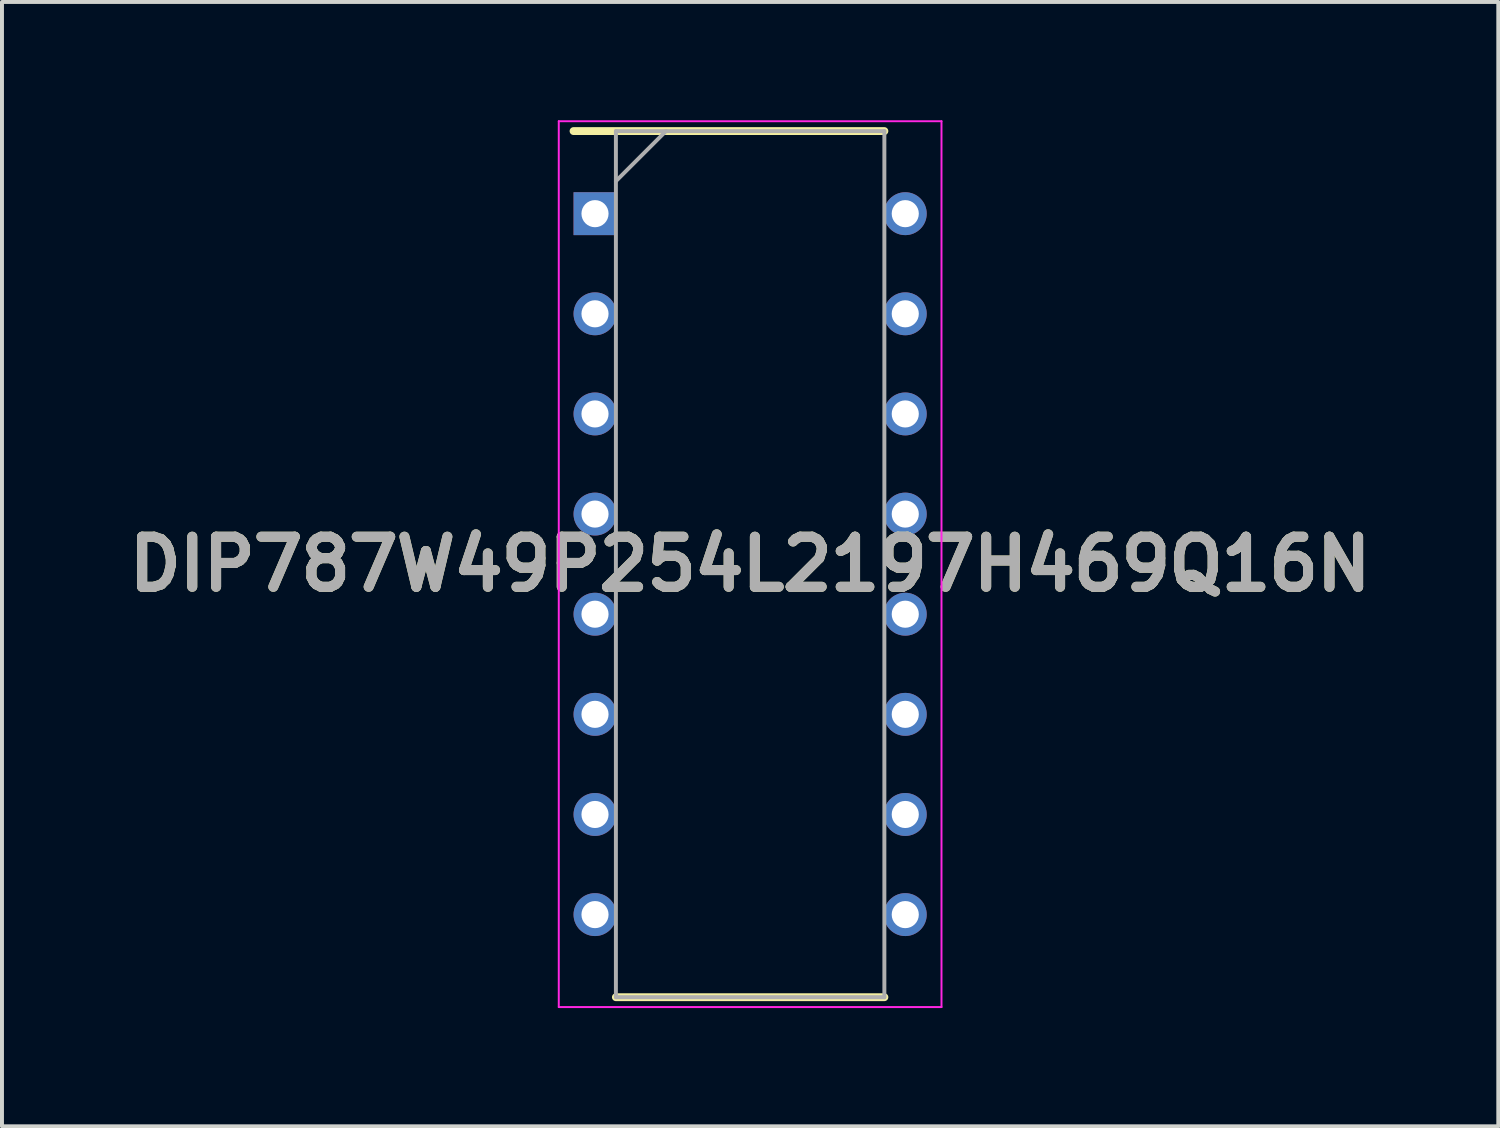
<source format=kicad_pcb>
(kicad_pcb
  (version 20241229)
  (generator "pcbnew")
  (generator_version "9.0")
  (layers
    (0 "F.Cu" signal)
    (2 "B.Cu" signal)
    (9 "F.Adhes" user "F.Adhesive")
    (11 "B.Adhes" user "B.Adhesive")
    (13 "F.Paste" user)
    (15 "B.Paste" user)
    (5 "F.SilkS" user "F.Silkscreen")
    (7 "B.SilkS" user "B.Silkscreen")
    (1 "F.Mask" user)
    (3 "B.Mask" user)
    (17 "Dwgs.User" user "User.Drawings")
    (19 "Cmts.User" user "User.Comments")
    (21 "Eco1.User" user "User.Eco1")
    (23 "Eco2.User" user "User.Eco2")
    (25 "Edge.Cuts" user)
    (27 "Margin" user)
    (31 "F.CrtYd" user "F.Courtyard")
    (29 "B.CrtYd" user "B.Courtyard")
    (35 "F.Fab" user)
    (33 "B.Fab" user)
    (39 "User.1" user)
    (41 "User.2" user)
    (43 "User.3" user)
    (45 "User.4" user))
  (footprint "DIP787W49P254L2197H469Q16N"
    (layer "F.Cu")
    (at 15.978 11.26)
    (property "Reference" "DIP787W49P254L2197H469Q16N" (at 0 0 0) (layer "F.SilkS") (effects (font (size 1.27 1.27) (thickness 0.254))))
    (attr through_hole)
    (fp_line (start -4.479 -10.985) (end 3.405 -10.985) (stroke (width 0.2) (type solid)) (layer "F.SilkS"))
    (fp_line (start -3.405 10.985) (end 3.405 10.985) (stroke (width 0.2) (type solid)) (layer "F.SilkS"))
    (fp_line (start -4.854 -11.235) (end 4.854 -11.235) (stroke (width 0.05) (type solid)) (layer "F.CrtYd"))
    (fp_line (start -4.854 11.235) (end -4.854 -11.235) (stroke (width 0.05) (type solid)) (layer "F.CrtYd"))
    (fp_line (start 4.854 -11.235) (end 4.854 11.235) (stroke (width 0.05) (type solid)) (layer "F.CrtYd"))
    (fp_line (start 4.854 11.235) (end -4.854 11.235) (stroke (width 0.05) (type solid)) (layer "F.CrtYd"))
    (fp_line (start -3.405 -10.985) (end 3.405 -10.985) (stroke (width 0.1) (type solid)) (layer "F.Fab"))
    (fp_line (start -3.405 -9.715) (end -2.135 -10.985) (stroke (width 0.1) (type solid)) (layer "F.Fab"))
    (fp_line (start -3.405 10.985) (end -3.405 -10.985) (stroke (width 0.1) (type solid)) (layer "F.Fab"))
    (fp_line (start 3.405 -10.985) (end 3.405 10.985) (stroke (width 0.1) (type solid)) (layer "F.Fab"))
    (fp_line (start 3.405 10.985) (end -3.405 10.985) (stroke (width 0.1) (type solid)) (layer "F.Fab"))
    (fp_text user "${REFERENCE}" (at 0 0 0) (layer "F.Fab") (effects (font (size 1.27 1.27) (thickness 0.254))))
    (pad "1" thru_hole rect (at -3.935 -8.89) (size 1.088 1.088) (drill 0.688) (layers "*.Cu" "*.Mask"))
    (pad "2" thru_hole circle (at -3.935 -6.35) (size 1.088 1.088) (drill 0.688) (layers "*.Cu" "*.Mask"))
    (pad "3" thru_hole circle (at -3.935 -3.81) (size 1.088 1.088) (drill 0.688) (layers "*.Cu" "*.Mask"))
    (pad "4" thru_hole circle (at -3.935 -1.27) (size 1.088 1.088) (drill 0.688) (layers "*.Cu" "*.Mask"))
    (pad "5" thru_hole circle (at -3.935 1.27) (size 1.088 1.088) (drill 0.688) (layers "*.Cu" "*.Mask"))
    (pad "6" thru_hole circle (at -3.935 3.81) (size 1.088 1.088) (drill 0.688) (layers "*.Cu" "*.Mask"))
    (pad "7" thru_hole circle (at -3.935 6.35) (size 1.088 1.088) (drill 0.688) (layers "*.Cu" "*.Mask"))
    (pad "8" thru_hole circle (at -3.935 8.89) (size 1.088 1.088) (drill 0.688) (layers "*.Cu" "*.Mask"))
    (pad "9" thru_hole circle (at 3.935 8.89) (size 1.088 1.088) (drill 0.688) (layers "*.Cu" "*.Mask"))
    (pad "10" thru_hole circle (at 3.935 6.35) (size 1.088 1.088) (drill 0.688) (layers "*.Cu" "*.Mask"))
    (pad "11" thru_hole circle (at 3.935 3.81) (size 1.088 1.088) (drill 0.688) (layers "*.Cu" "*.Mask"))
    (pad "12" thru_hole circle (at 3.935 1.27) (size 1.088 1.088) (drill 0.688) (layers "*.Cu" "*.Mask"))
    (pad "13" thru_hole circle (at 3.935 -1.27) (size 1.088 1.088) (drill 0.688) (layers "*.Cu" "*.Mask"))
    (pad "14" thru_hole circle (at 3.935 -3.81) (size 1.088 1.088) (drill 0.688) (layers "*.Cu" "*.Mask"))
    (pad "15" thru_hole circle (at 3.935 -6.35) (size 1.088 1.088) (drill 0.688) (layers "*.Cu" "*.Mask"))
    (pad "16" thru_hole circle (at 3.935 -8.89) (size 1.088 1.088) (drill 0.688) (layers "*.Cu" "*.Mask")))
  (gr_rect
    (start -3 -3)
    (end 34.956 25.52)
    (stroke (width 0.1) (type default))
    (fill no)
    (layer "Edge.Cuts")))
</source>
